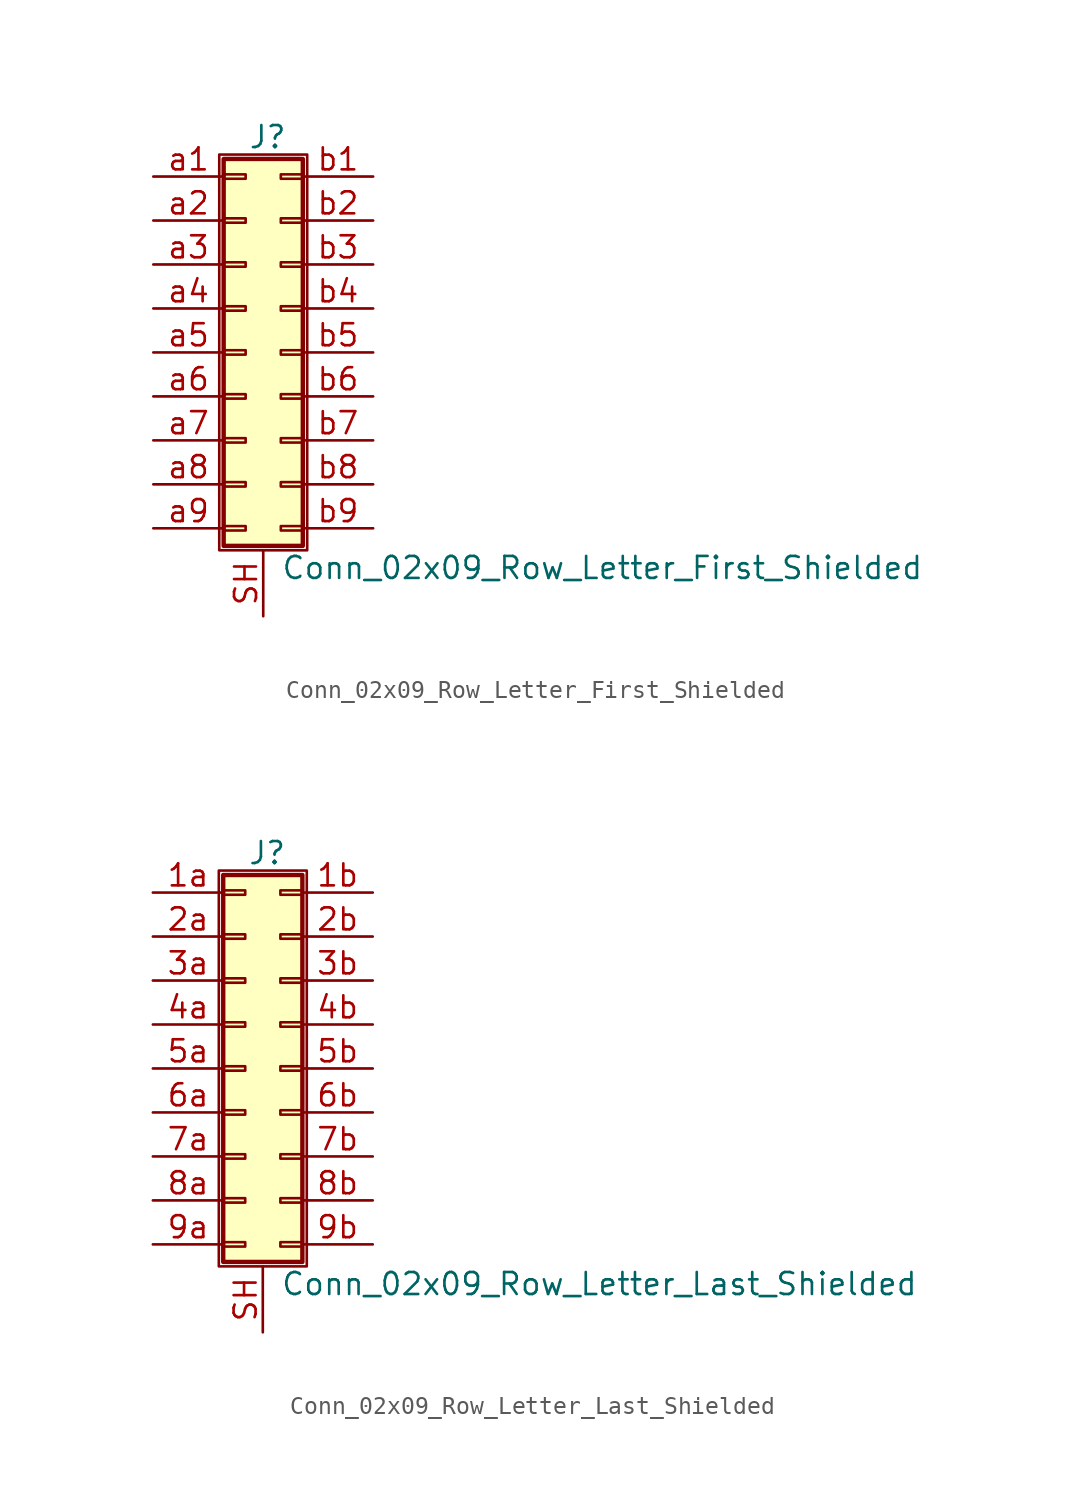
<source format=kicad_sym>
(kicad_symbol_lib
  (version 20211014)
  (generator kicad_symbol_editor)
  (symbol "Conn_02x09_Row_Letter_First_Shielded"
    (pin_names
      (offset 1.016) hide)
    (property "Reference" "J"
      (at 1.524 12.446 0)
      (effects (font (size 1.27 1.27))))
    (property "Value" "Conn_02x09_Row_Letter_First_Shielded"
      (at 2.286 -12.446 0)
      (effects (font (size 1.27 1.27)) (justify left)))
    (symbol "Conn_02x09_Row_Letter_First_Shielded_1_1"
      (rectangle (start -1.27 11.43) (end 3.81 -11.43) (stroke (width 0.152) (type default) (color 0 0 0 0)) (fill (type none)))
      (rectangle (start -1.016 -10.033) (end 0.254 -10.287) (stroke (width 0.152) (type default) (color 0 0 0 0)) (fill (type none)))
      (rectangle (start -1.016 -7.493) (end 0.254 -7.747) (stroke (width 0.152) (type default) (color 0 0 0 0)) (fill (type none)))
      (rectangle (start -1.016 -4.953) (end 0.254 -5.207) (stroke (width 0.152) (type default) (color 0 0 0 0)) (fill (type none)))
      (rectangle (start -1.016 -2.413) (end 0.254 -2.667) (stroke (width 0.152) (type default) (color 0 0 0 0)) (fill (type none)))
      (rectangle (start -1.016 0.127) (end 0.254 -0.127) (stroke (width 0.152) (type default) (color 0 0 0 0)) (fill (type none)))
      (rectangle (start -1.016 2.667) (end 0.254 2.413) (stroke (width 0.152) (type default) (color 0 0 0 0)) (fill (type none)))
      (rectangle (start -1.016 5.207) (end 0.254 4.953) (stroke (width 0.152) (type default) (color 0 0 0 0)) (fill (type none)))
      (rectangle (start -1.016 7.747) (end 0.254 7.493) (stroke (width 0.152) (type default) (color 0 0 0 0)) (fill (type none)))
      (rectangle (start -1.016 10.287) (end 0.254 10.033) (stroke (width 0.152) (type default) (color 0 0 0 0)) (fill (type none)))
      (rectangle (start -1.016 11.176) (end 3.556 -11.176) (stroke (width 0.254) (type default) (color 0 0 0 0)) (fill (type background)))
      (rectangle (start 3.556 -10.033) (end 2.286 -10.287) (stroke (width 0.152) (type default) (color 0 0 0 0)) (fill (type none)))
      (rectangle (start 3.556 -7.493) (end 2.286 -7.747) (stroke (width 0.152) (type default) (color 0 0 0 0)) (fill (type none)))
      (rectangle (start 3.556 -4.953) (end 2.286 -5.207) (stroke (width 0.152) (type default) (color 0 0 0 0)) (fill (type none)))
      (rectangle (start 3.556 -2.413) (end 2.286 -2.667) (stroke (width 0.152) (type default) (color 0 0 0 0)) (fill (type none)))
      (rectangle (start 3.556 0.127) (end 2.286 -0.127) (stroke (width 0.152) (type default) (color 0 0 0 0)) (fill (type none)))
      (rectangle (start 3.556 2.667) (end 2.286 2.413) (stroke (width 0.152) (type default) (color 0 0 0 0)) (fill (type none)))
      (rectangle (start 3.556 5.207) (end 2.286 4.953) (stroke (width 0.152) (type default) (color 0 0 0 0)) (fill (type none)))
      (rectangle (start 3.556 7.747) (end 2.286 7.493) (stroke (width 0.152) (type default) (color 0 0 0 0)) (fill (type none)))
      (rectangle (start 3.556 10.287) (end 2.286 10.033) (stroke (width 0.152) (type default) (color 0 0 0 0)) (fill (type none)))
      (pin passive line (at 1.27 -15.24 90) (length 3.81) (name "Shield" (effects (font (size 1.27 1.27)))) (number "SH" (effects (font (size 1.27 1.27)))))
      (pin passive line (at -5.08 10.16 0) (length 4.064) (name "Pin_a1" (effects (font (size 1.27 1.27)))) (number "a1" (effects (font (size 1.27 1.27)))))
      (pin passive line (at -5.08 7.62 0) (length 4.064) (name "Pin_a2" (effects (font (size 1.27 1.27)))) (number "a2" (effects (font (size 1.27 1.27)))))
      (pin passive line (at -5.08 5.08 0) (length 4.064) (name "Pin_a3" (effects (font (size 1.27 1.27)))) (number "a3" (effects (font (size 1.27 1.27)))))
      (pin passive line (at -5.08 2.54 0) (length 4.064) (name "Pin_a4" (effects (font (size 1.27 1.27)))) (number "a4" (effects (font (size 1.27 1.27)))))
      (pin passive line (at -5.08 0 0) (length 4.064) (name "Pin_a5" (effects (font (size 1.27 1.27)))) (number "a5" (effects (font (size 1.27 1.27)))))
      (pin passive line (at -5.08 -2.54 0) (length 4.064) (name "Pin_a6" (effects (font (size 1.27 1.27)))) (number "a6" (effects (font (size 1.27 1.27)))))
      (pin passive line (at -5.08 -5.08 0) (length 4.064) (name "Pin_a7" (effects (font (size 1.27 1.27)))) (number "a7" (effects (font (size 1.27 1.27)))))
      (pin passive line (at -5.08 -7.62 0) (length 4.064) (name "Pin_a8" (effects (font (size 1.27 1.27)))) (number "a8" (effects (font (size 1.27 1.27)))))
      (pin passive line (at -5.08 -10.16 0) (length 4.064) (name "Pin_a9" (effects (font (size 1.27 1.27)))) (number "a9" (effects (font (size 1.27 1.27)))))
      (pin passive line (at 7.62 10.16 180) (length 4.064) (name "Pin_b1" (effects (font (size 1.27 1.27)))) (number "b1" (effects (font (size 1.27 1.27)))))
      (pin passive line (at 7.62 7.62 180) (length 4.064) (name "Pin_b2" (effects (font (size 1.27 1.27)))) (number "b2" (effects (font (size 1.27 1.27)))))
      (pin passive line (at 7.62 5.08 180) (length 4.064) (name "Pin_b3" (effects (font (size 1.27 1.27)))) (number "b3" (effects (font (size 1.27 1.27)))))
      (pin passive line (at 7.62 2.54 180) (length 4.064) (name "Pin_b4" (effects (font (size 1.27 1.27)))) (number "b4" (effects (font (size 1.27 1.27)))))
      (pin passive line (at 7.62 0 180) (length 4.064) (name "Pin_b5" (effects (font (size 1.27 1.27)))) (number "b5" (effects (font (size 1.27 1.27)))))
      (pin passive line (at 7.62 -2.54 180) (length 4.064) (name "Pin_b6" (effects (font (size 1.27 1.27)))) (number "b6" (effects (font (size 1.27 1.27)))))
      (pin passive line (at 7.62 -5.08 180) (length 4.064) (name "Pin_b7" (effects (font (size 1.27 1.27)))) (number "b7" (effects (font (size 1.27 1.27)))))
      (pin passive line (at 7.62 -7.62 180) (length 4.064) (name "Pin_b8" (effects (font (size 1.27 1.27)))) (number "b8" (effects (font (size 1.27 1.27)))))
      (pin passive line (at 7.62 -10.16 180) (length 4.064) (name "Pin_b9" (effects (font (size 1.27 1.27)))) (number "b9" (effects (font (size 1.27 1.27)))))))
  (symbol "Conn_02x09_Row_Letter_Last_Shielded"
    (pin_names
      (offset 1.016) hide)
    (property "Reference" "J"
      (at 1.524 12.446 0)
      (effects (font (size 1.27 1.27))))
    (property "Value" "Conn_02x09_Row_Letter_Last_Shielded"
      (at 2.286 -12.446 0)
      (effects (font (size 1.27 1.27)) (justify left)))
    (symbol "Conn_02x09_Row_Letter_Last_Shielded_1_1"
      (rectangle (start -1.27 11.43) (end 3.81 -11.43) (stroke (width 0.152) (type default) (color 0 0 0 0)) (fill (type none)))
      (rectangle (start -1.016 -10.033) (end 0.254 -10.287) (stroke (width 0.152) (type default) (color 0 0 0 0)) (fill (type none)))
      (rectangle (start -1.016 -7.493) (end 0.254 -7.747) (stroke (width 0.152) (type default) (color 0 0 0 0)) (fill (type none)))
      (rectangle (start -1.016 -4.953) (end 0.254 -5.207) (stroke (width 0.152) (type default) (color 0 0 0 0)) (fill (type none)))
      (rectangle (start -1.016 -2.413) (end 0.254 -2.667) (stroke (width 0.152) (type default) (color 0 0 0 0)) (fill (type none)))
      (rectangle (start -1.016 0.127) (end 0.254 -0.127) (stroke (width 0.152) (type default) (color 0 0 0 0)) (fill (type none)))
      (rectangle (start -1.016 2.667) (end 0.254 2.413) (stroke (width 0.152) (type default) (color 0 0 0 0)) (fill (type none)))
      (rectangle (start -1.016 5.207) (end 0.254 4.953) (stroke (width 0.152) (type default) (color 0 0 0 0)) (fill (type none)))
      (rectangle (start -1.016 7.747) (end 0.254 7.493) (stroke (width 0.152) (type default) (color 0 0 0 0)) (fill (type none)))
      (rectangle (start -1.016 10.287) (end 0.254 10.033) (stroke (width 0.152) (type default) (color 0 0 0 0)) (fill (type none)))
      (rectangle (start -1.016 11.176) (end 3.556 -11.176) (stroke (width 0.254) (type default) (color 0 0 0 0)) (fill (type background)))
      (rectangle (start 3.556 -10.033) (end 2.286 -10.287) (stroke (width 0.152) (type default) (color 0 0 0 0)) (fill (type none)))
      (rectangle (start 3.556 -7.493) (end 2.286 -7.747) (stroke (width 0.152) (type default) (color 0 0 0 0)) (fill (type none)))
      (rectangle (start 3.556 -4.953) (end 2.286 -5.207) (stroke (width 0.152) (type default) (color 0 0 0 0)) (fill (type none)))
      (rectangle (start 3.556 -2.413) (end 2.286 -2.667) (stroke (width 0.152) (type default) (color 0 0 0 0)) (fill (type none)))
      (rectangle (start 3.556 0.127) (end 2.286 -0.127) (stroke (width 0.152) (type default) (color 0 0 0 0)) (fill (type none)))
      (rectangle (start 3.556 2.667) (end 2.286 2.413) (stroke (width 0.152) (type default) (color 0 0 0 0)) (fill (type none)))
      (rectangle (start 3.556 5.207) (end 2.286 4.953) (stroke (width 0.152) (type default) (color 0 0 0 0)) (fill (type none)))
      (rectangle (start 3.556 7.747) (end 2.286 7.493) (stroke (width 0.152) (type default) (color 0 0 0 0)) (fill (type none)))
      (rectangle (start 3.556 10.287) (end 2.286 10.033) (stroke (width 0.152) (type default) (color 0 0 0 0)) (fill (type none)))
      (pin passive line (at -5.08 10.16 0) (length 4.064) (name "Pin_1a" (effects (font (size 1.27 1.27)))) (number "1a" (effects (font (size 1.27 1.27)))))
      (pin passive line (at 7.62 10.16 180) (length 4.064) (name "Pin_1b" (effects (font (size 1.27 1.27)))) (number "1b" (effects (font (size 1.27 1.27)))))
      (pin passive line (at -5.08 7.62 0) (length 4.064) (name "Pin_2a" (effects (font (size 1.27 1.27)))) (number "2a" (effects (font (size 1.27 1.27)))))
      (pin passive line (at 7.62 7.62 180) (length 4.064) (name "Pin_2b" (effects (font (size 1.27 1.27)))) (number "2b" (effects (font (size 1.27 1.27)))))
      (pin passive line (at -5.08 5.08 0) (length 4.064) (name "Pin_3a" (effects (font (size 1.27 1.27)))) (number "3a" (effects (font (size 1.27 1.27)))))
      (pin passive line (at 7.62 5.08 180) (length 4.064) (name "Pin_3b" (effects (font (size 1.27 1.27)))) (number "3b" (effects (font (size 1.27 1.27)))))
      (pin passive line (at -5.08 2.54 0) (length 4.064) (name "Pin_4a" (effects (font (size 1.27 1.27)))) (number "4a" (effects (font (size 1.27 1.27)))))
      (pin passive line (at 7.62 2.54 180) (length 4.064) (name "Pin_4b" (effects (font (size 1.27 1.27)))) (number "4b" (effects (font (size 1.27 1.27)))))
      (pin passive line (at -5.08 0 0) (length 4.064) (name "Pin_5a" (effects (font (size 1.27 1.27)))) (number "5a" (effects (font (size 1.27 1.27)))))
      (pin passive line (at 7.62 0 180) (length 4.064) (name "Pin_5b" (effects (font (size 1.27 1.27)))) (number "5b" (effects (font (size 1.27 1.27)))))
      (pin passive line (at -5.08 -2.54 0) (length 4.064) (name "Pin_6a" (effects (font (size 1.27 1.27)))) (number "6a" (effects (font (size 1.27 1.27)))))
      (pin passive line (at 7.62 -2.54 180) (length 4.064) (name "Pin_6b" (effects (font (size 1.27 1.27)))) (number "6b" (effects (font (size 1.27 1.27)))))
      (pin passive line (at -5.08 -5.08 0) (length 4.064) (name "Pin_7a" (effects (font (size 1.27 1.27)))) (number "7a" (effects (font (size 1.27 1.27)))))
      (pin passive line (at 7.62 -5.08 180) (length 4.064) (name "Pin_7b" (effects (font (size 1.27 1.27)))) (number "7b" (effects (font (size 1.27 1.27)))))
      (pin passive line (at -5.08 -7.62 0) (length 4.064) (name "Pin_8a" (effects (font (size 1.27 1.27)))) (number "8a" (effects (font (size 1.27 1.27)))))
      (pin passive line (at 7.62 -7.62 180) (length 4.064) (name "Pin_8b" (effects (font (size 1.27 1.27)))) (number "8b" (effects (font (size 1.27 1.27)))))
      (pin passive line (at -5.08 -10.16 0) (length 4.064) (name "Pin_9a" (effects (font (size 1.27 1.27)))) (number "9a" (effects (font (size 1.27 1.27)))))
      (pin passive line (at 7.62 -10.16 180) (length 4.064) (name "Pin_9b" (effects (font (size 1.27 1.27)))) (number "9b" (effects (font (size 1.27 1.27)))))
      (pin passive line (at 1.27 -15.24 90) (length 3.81) (name "Shield" (effects (font (size 1.27 1.27)))) (number "SH" (effects (font (size 1.27 1.27))))))))
</source>
